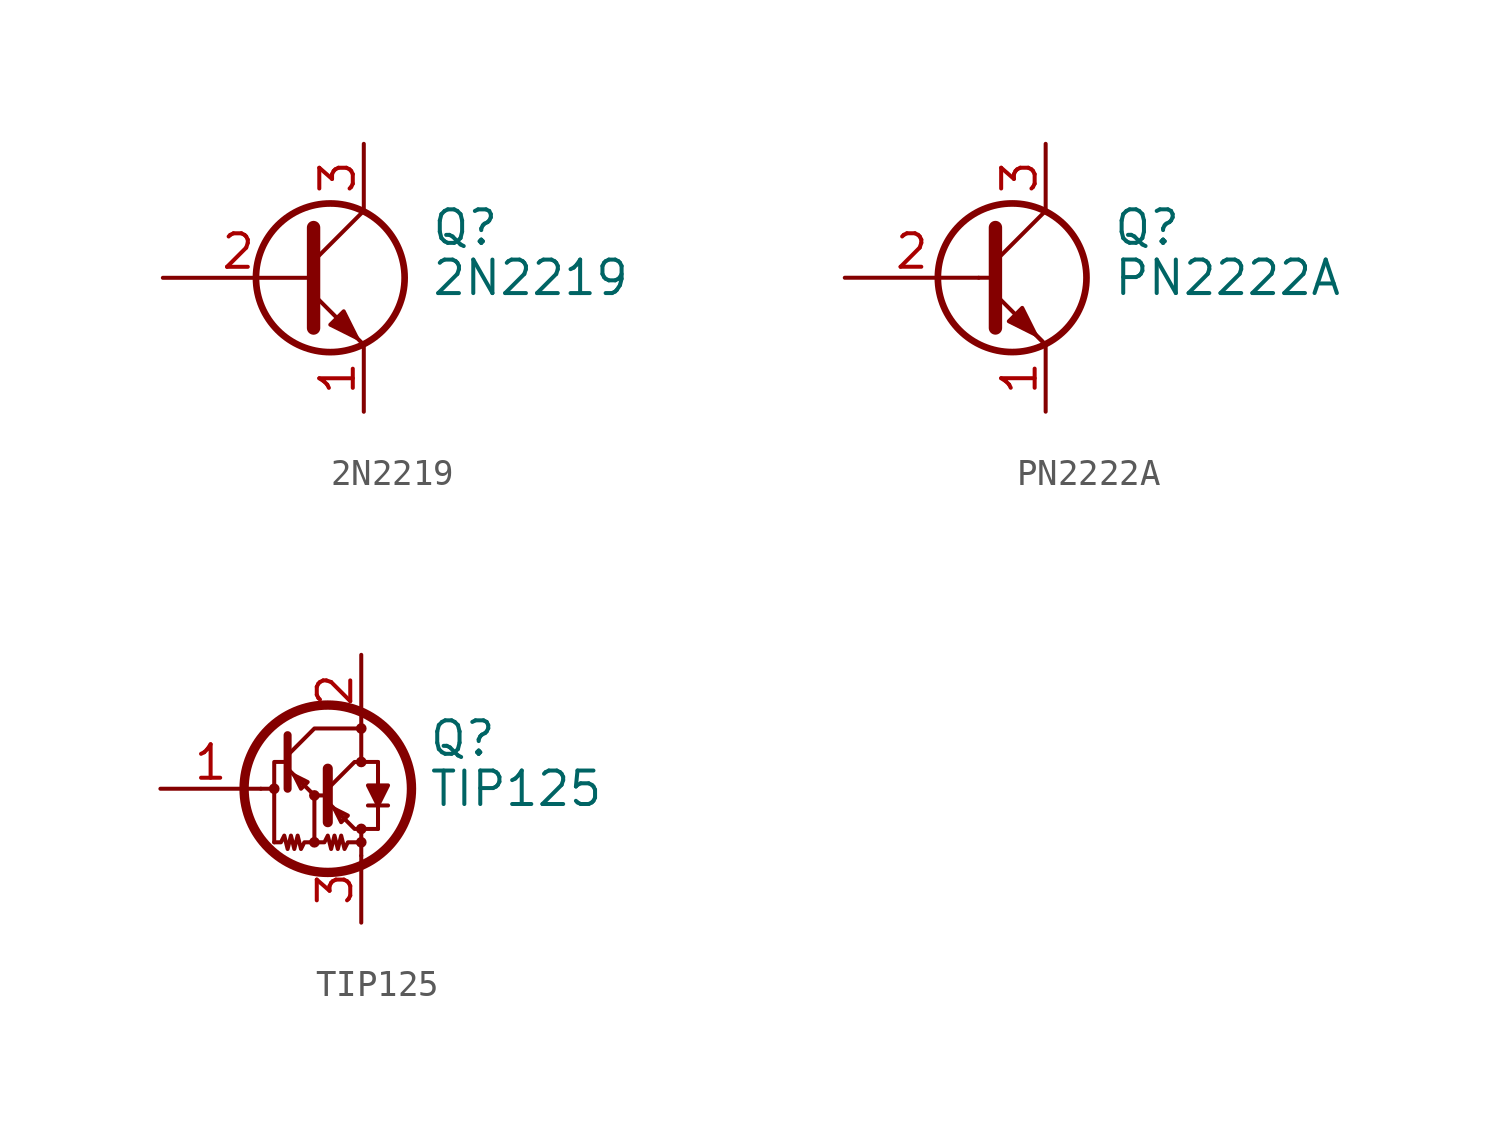
<source format=kicad_sym>
(kicad_symbol_lib
  (version 20210619)
  (generator kicad_symbol_editor)
  (symbol "Bobs_Bipolar_Transistors_2:2N2219"
    (pin_names
      (offset 0) hide)
    (property "Reference" "Q"
      (at 5.08 1.905 0)
      (effects (font (size 1.27 1.27)) (justify left)))
    (property "Value" "2N2219"
      (at 5.08 0 0)
      (effects (font (size 1.27 1.27)) (justify left)))
    (symbol "2N2219_0_1"
      (circle (center 1.27 0) (radius 2.819) (stroke (width 0.254)) (fill (type none)))
      (polyline (pts (xy 0.635 0.635) (xy 2.54 2.54)) (stroke (width 0)) (fill (type none)))
      (polyline (pts (xy 0.635 -0.635) (xy 2.54 -2.54) (xy 2.54 -2.54)) (stroke (width 0)) (fill (type none)))
      (polyline (pts (xy 0.635 1.905) (xy 0.635 -1.905) (xy 0.635 -1.905)) (stroke (width 0.508)) (fill (type none)))
      (polyline (pts (xy 1.27 -1.778) (xy 1.778 -1.27) (xy 2.286 -2.286) (xy 1.27 -1.778) (xy 1.27 -1.778)) (stroke (width 0)) (fill (type outline))))
    (symbol "2N2219_1_1"
      (pin passive line (at 2.54 -5.08 90) (length 2.54) (name "E" (effects (font (size 1.27 1.27)))) (number "1" (effects (font (size 1.27 1.27)))))
      (pin passive line (at -5.08 0 0) (length 5.715) (name "B" (effects (font (size 1.27 1.27)))) (number "2" (effects (font (size 1.27 1.27)))))
      (pin passive line (at 2.54 5.08 270) (length 2.54) (name "C" (effects (font (size 1.27 1.27)))) (number "3" (effects (font (size 1.27 1.27)))))))
  (symbol "Bobs_Bipolar_Transistors_2:PN2222A"
    (pin_names
      (offset 0) hide)
    (property "Reference" "Q"
      (at 5.08 1.905 0)
      (effects (font (size 1.27 1.27)) (justify left)))
    (property "Value" "PN2222A"
      (at 5.08 0 0)
      (effects (font (size 1.27 1.27)) (justify left)))
    (symbol "PN2222A_0_1"
      (circle (center 1.27 0) (radius 2.819) (stroke (width 0.254)) (fill (type none)))
      (polyline (pts (xy 0 0) (xy 0.635 0)) (stroke (width 0)) (fill (type none)))
      (polyline (pts (xy 2.54 -2.54) (xy 0.635 -0.635)) (stroke (width 0)) (fill (type none)))
      (polyline (pts (xy 2.54 2.54) (xy 0.635 0.635)) (stroke (width 0)) (fill (type none)))
      (polyline (pts (xy 0.635 1.905) (xy 0.635 -1.905) (xy 0.635 -1.905)) (stroke (width 0.508)) (fill (type none)))
      (polyline (pts (xy 2.413 -2.413) (xy 1.905 -1.905) (xy 1.905 -1.905)) (stroke (width 0)) (fill (type none)))
      (polyline (pts (xy 1.143 -1.651) (xy 1.651 -1.143) (xy 2.159 -2.159) (xy 1.143 -1.651) (xy 1.143 -1.651)) (stroke (width 0)) (fill (type outline))))
    (symbol "PN2222A_1_1"
      (pin passive line (at 2.54 -5.08 90) (length 2.54) (name "E" (effects (font (size 1.27 1.27)))) (number "1" (effects (font (size 1.27 1.27)))))
      (pin input line (at -5.08 0 0) (length 5.08) (name "B" (effects (font (size 1.27 1.27)))) (number "2" (effects (font (size 1.27 1.27)))))
      (pin passive line (at 2.54 5.08 270) (length 2.54) (name "C" (effects (font (size 1.27 1.27)))) (number "3" (effects (font (size 1.27 1.27)))))))
  (symbol "Bobs_Bipolar_Transistors_2:TIP125"
    (pin_names
      (offset 0) hide)
    (property "Reference" "Q"
      (at 5.08 1.905 0)
      (effects (font (size 1.27 1.27)) (justify left)))
    (property "Value" "TIP125"
      (at 5.08 0 0)
      (effects (font (size 1.27 1.27)) (justify left)))
    (symbol "TIP125_0_1"
      (circle (center -0.762 0) (radius 0.127) (stroke (width 0)) (fill (type none)))
      (circle (center 0.762 -2.032) (radius 0.127) (stroke (width 0)) (fill (type none)))
      (circle (center 0.762 -0.254) (radius 0.127) (stroke (width 0)) (fill (type none)))
      (circle (center 1.27 0) (radius 3.175) (stroke (width 0.356)) (fill (type none)))
      (circle (center 2.54 -2.032) (radius 0.127) (stroke (width 0)) (fill (type none)))
      (circle (center 2.54 -1.524) (radius 0.127) (stroke (width 0)) (fill (type none)))
      (circle (center 2.54 1.016) (radius 0.127) (stroke (width 0)) (fill (type none)))
      (circle (center 2.54 2.286) (radius 0.127) (stroke (width 0)) (fill (type none)))
      (polyline (pts (xy -1.27 0) (xy -0.889 0)) (stroke (width 0)) (fill (type none)))
      (polyline (pts (xy 2.54 -2.032) (xy 2.54 -2.54)) (stroke (width 0)) (fill (type none)))
      (polyline (pts (xy 2.54 -1.524) (xy 3.175 -1.524)) (stroke (width 0)) (fill (type none)))
      (polyline (pts (xy 2.794 -0.635) (xy 3.556 -0.635)) (stroke (width 0)) (fill (type none)))
      (polyline (pts (xy 3.175 -1.524) (xy 3.175 -0.635)) (stroke (width 0)) (fill (type none)))
      (polyline (pts (xy 3.175 0.127) (xy 3.175 1.016)) (stroke (width 0)) (fill (type none)))
      (polyline (pts (xy 3.175 1.016) (xy 2.54 1.016)) (stroke (width 0)) (fill (type none)))
      (polyline (pts (xy -0.254 0.762) (xy 0.762 -0.254) (xy 1.27 -0.254)) (stroke (width 0)) (fill (type none)))
      (polyline (pts (xy -0.254 1.016) (xy -0.762 1.016) (xy -0.762 -2.032)) (stroke (width 0)) (fill (type none)))
      (polyline (pts (xy -0.254 1.27) (xy 0.762 2.286) (xy 2.54 2.286)) (stroke (width 0)) (fill (type none)))
      (polyline (pts (xy -0.254 2.032) (xy -0.254 0) (xy -0.254 0)) (stroke (width 0.305)) (fill (type none)))
      (polyline (pts (xy 1.27 0.762) (xy 1.27 -1.27) (xy 1.27 -1.27)) (stroke (width 0.381)) (fill (type none)))
      (polyline (pts (xy 0 0.508) (xy 0.254 0) (xy 0.508 0.254) (xy 0 0.508)) (stroke (width 0)) (fill (type none)))
      (polyline (pts (xy 1.27 -0.508) (xy 2.286 -1.524) (xy 2.54 -1.524) (xy 2.54 -2.032)) (stroke (width 0)) (fill (type none)))
      (polyline (pts (xy 1.27 0) (xy 2.286 1.016) (xy 2.54 1.016) (xy 2.54 2.286)) (stroke (width 0)) (fill (type none)))
      (polyline (pts (xy 1.524 -0.762) (xy 1.778 -1.27) (xy 2.032 -1.016) (xy 1.524 -0.762)) (stroke (width 0)) (fill (type none)))
      (polyline (pts (xy 0.762 -2.032) (xy 0.381 -2.032) (xy 0.254 -2.286) (xy 0.127 -1.778) (xy 0 -2.286) (xy -0.127 -1.778) (xy -0.254 -2.286) (xy -0.381 -1.778) (xy -0.508 -2.032) (xy -0.762 -2.032)) (stroke (width 0)) (fill (type none)))
      (polyline (pts (xy 0.762 -0.254) (xy 0.762 -2.032) (xy 1.143 -2.032) (xy 1.27 -1.778) (xy 1.397 -2.286) (xy 1.524 -1.778) (xy 1.651 -2.286) (xy 1.778 -1.778) (xy 1.905 -2.286) (xy 2.032 -2.032) (xy 2.54 -2.032)) (stroke (width 0)) (fill (type none)))
      (polyline (pts (xy 3.175 -0.635) (xy 2.794 0.127) (xy 3.556 0.127) (xy 3.175 -0.635)) (stroke (width 0)) (fill (type outline))))
    (symbol "TIP125_1_1"
      (pin input line (at -5.08 0 0) (length 3.81) (name "B" (effects (font (size 1.27 1.27)))) (number "1" (effects (font (size 1.27 1.27)))))
      (pin passive line (at 2.54 5.08 270) (length 2.667) (name "C" (effects (font (size 1.27 1.27)))) (number "2" (effects (font (size 1.27 1.27)))))
      (pin passive line (at 2.54 -5.08 90) (length 2.54) (name "E" (effects (font (size 1.27 1.27)))) (number "3" (effects (font (size 1.27 1.27))))))))
</source>
